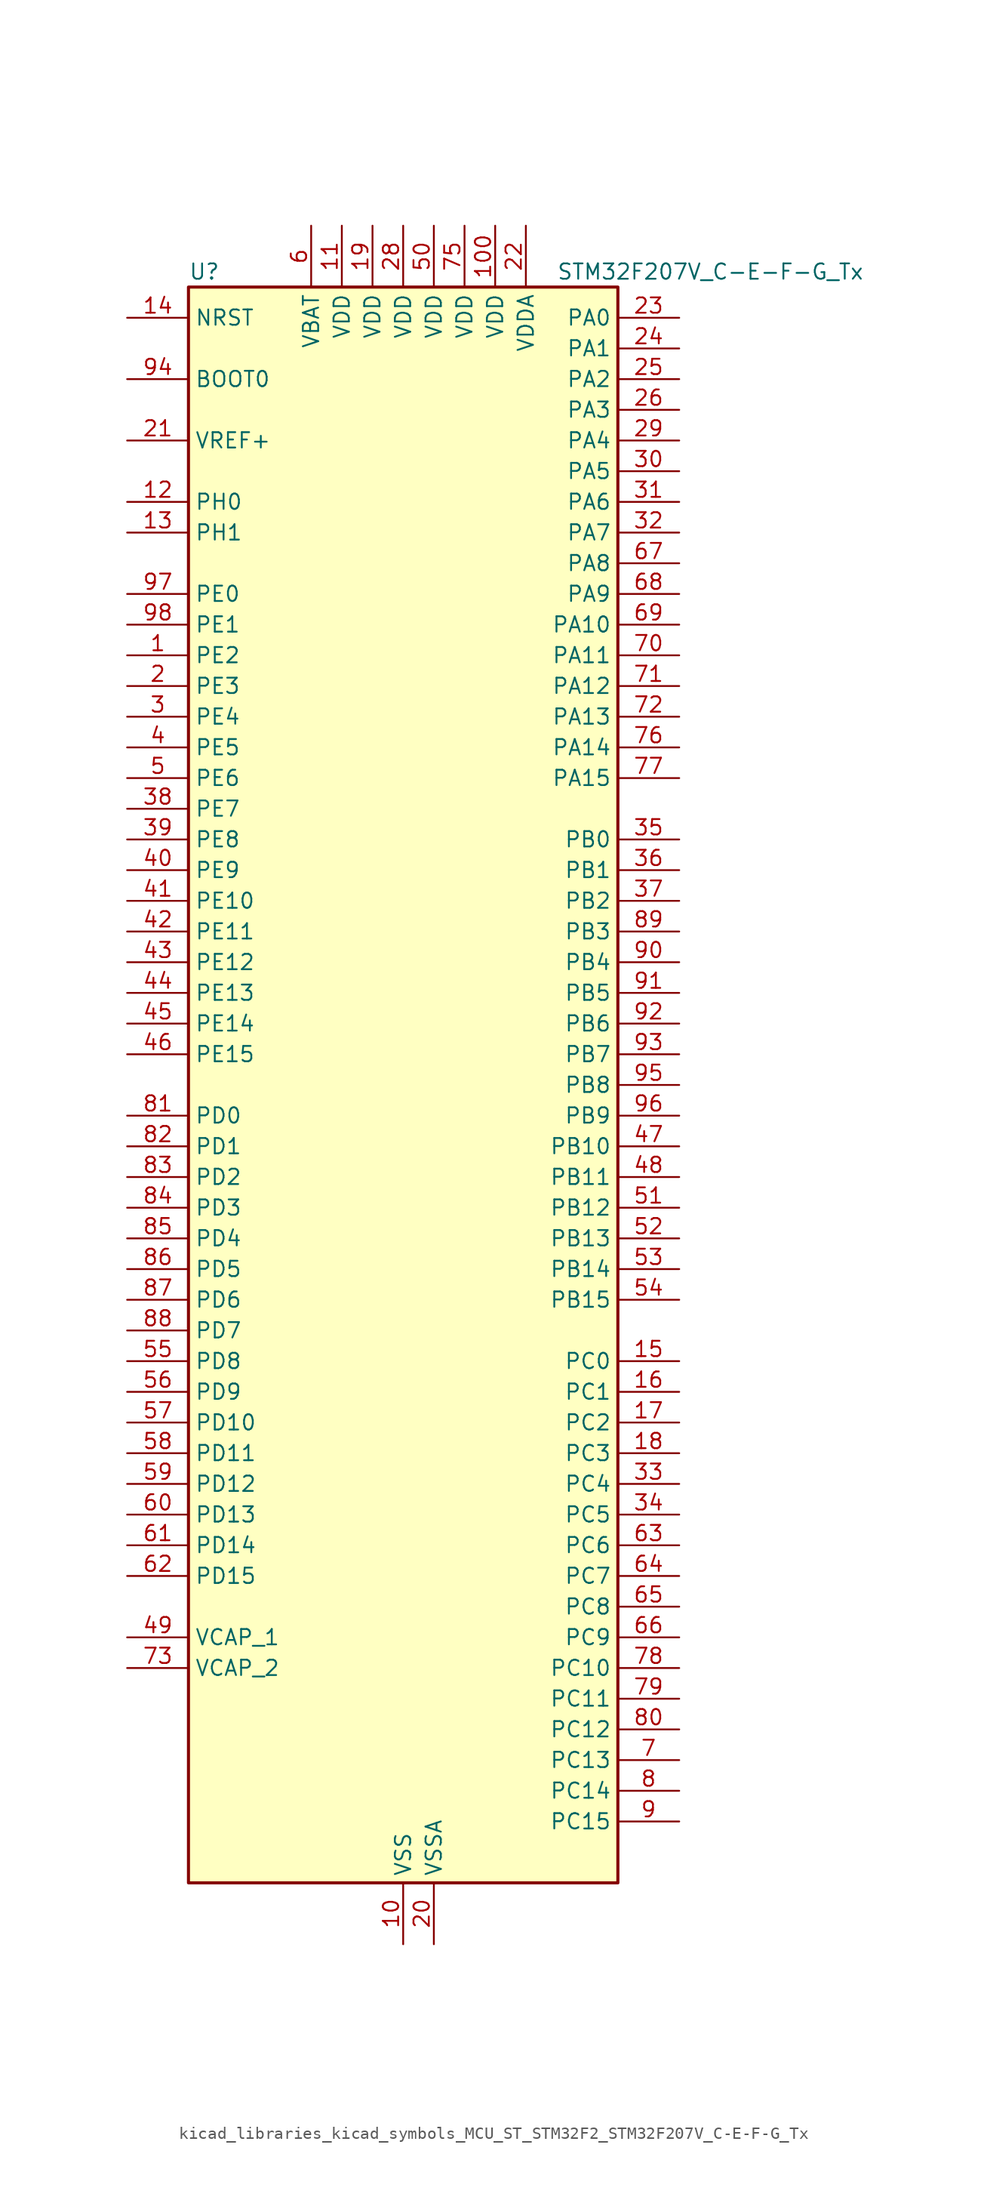
<source format=kicad_sym>
(kicad_symbol_lib
  (version 20220914)
  (generator kicad_symbol_editor)
  (symbol "kicad_libraries_kicad_symbols_MCU_ST_STM32F2_STM32F207V_C-E-F-G_Tx"
    (property "Reference" "U"
      (at -17.78 67.31 0)
      (effects (font (size 1.27 1.27)) (justify left)))
    (property "Value" "STM32F207V_C-E-F-G_Tx"
      (at 12.7 67.31 0)
      (effects (font (size 1.27 1.27)) (justify left)))
    (property "ki_locked" ""
      (at 0 0 0)
      (effects (font (size 1.27 1.27))))
    (symbol "kicad_libraries_kicad_symbols_MCU_ST_STM32F2_STM32F207V_C-E-F-G_Tx_0_1"
      (rectangle (start -17.78 -66.04) (end 17.78 66.04) (stroke (width 0.254) (type default)) (fill (type background))))
    (symbol "kicad_libraries_kicad_symbols_MCU_ST_STM32F2_STM32F207V_C-E-F-G_Tx_1_1"
      (pin bidirectional line (at -22.86 35.56 0) (length 5.08) (name "PE2" (effects (font (size 1.27 1.27)))) (number "1" (effects (font (size 1.27 1.27)))) (alternate "ETH_TXD3" bidirectional line) (alternate "FSMC_A23" bidirectional line) (alternate "SYS_TRACECLK" bidirectional line))
      (pin power_in line (at 0 -71.12 90) (length 5.08) (name "VSS" (effects (font (size 1.27 1.27)))) (number "10" (effects (font (size 1.27 1.27)))))
      (pin power_in line (at 7.62 71.12 270) (length 5.08) (name "VDD" (effects (font (size 1.27 1.27)))) (number "100" (effects (font (size 1.27 1.27)))))
      (pin power_in line (at -5.08 71.12 270) (length 5.08) (name "VDD" (effects (font (size 1.27 1.27)))) (number "11" (effects (font (size 1.27 1.27)))))
      (pin bidirectional line (at -22.86 48.26 0) (length 5.08) (name "PH0" (effects (font (size 1.27 1.27)))) (number "12" (effects (font (size 1.27 1.27)))) (alternate "RCC_OSC_IN" bidirectional line))
      (pin bidirectional line (at -22.86 45.72 0) (length 5.08) (name "PH1" (effects (font (size 1.27 1.27)))) (number "13" (effects (font (size 1.27 1.27)))) (alternate "RCC_OSC_OUT" bidirectional line))
      (pin input line (at -22.86 63.5 0) (length 5.08) (name "NRST" (effects (font (size 1.27 1.27)))) (number "14" (effects (font (size 1.27 1.27)))))
      (pin bidirectional line (at 22.86 -22.86 180) (length 5.08) (name "PC0" (effects (font (size 1.27 1.27)))) (number "15" (effects (font (size 1.27 1.27)))) (alternate "ADC1_IN10" bidirectional line) (alternate "ADC2_IN10" bidirectional line) (alternate "ADC3_IN10" bidirectional line) (alternate "USB_OTG_HS_ULPI_STP" bidirectional line))
      (pin bidirectional line (at 22.86 -25.4 180) (length 5.08) (name "PC1" (effects (font (size 1.27 1.27)))) (number "16" (effects (font (size 1.27 1.27)))) (alternate "ADC1_IN11" bidirectional line) (alternate "ADC2_IN11" bidirectional line) (alternate "ADC3_IN11" bidirectional line) (alternate "ETH_MDC" bidirectional line))
      (pin bidirectional line (at 22.86 -27.94 180) (length 5.08) (name "PC2" (effects (font (size 1.27 1.27)))) (number "17" (effects (font (size 1.27 1.27)))) (alternate "ADC1_IN12" bidirectional line) (alternate "ADC2_IN12" bidirectional line) (alternate "ADC3_IN12" bidirectional line) (alternate "ETH_TXD2" bidirectional line) (alternate "SPI2_MISO" bidirectional line) (alternate "USB_OTG_HS_ULPI_DIR" bidirectional line))
      (pin bidirectional line (at 22.86 -30.48 180) (length 5.08) (name "PC3" (effects (font (size 1.27 1.27)))) (number "18" (effects (font (size 1.27 1.27)))) (alternate "ADC1_IN13" bidirectional line) (alternate "ADC2_IN13" bidirectional line) (alternate "ADC3_IN13" bidirectional line) (alternate "ETH_TX_CLK" bidirectional line) (alternate "I2S2_SD" bidirectional line) (alternate "SPI2_MOSI" bidirectional line) (alternate "USB_OTG_HS_ULPI_NXT" bidirectional line))
      (pin power_in line (at -2.54 71.12 270) (length 5.08) (name "VDD" (effects (font (size 1.27 1.27)))) (number "19" (effects (font (size 1.27 1.27)))))
      (pin bidirectional line (at -22.86 33.02 0) (length 5.08) (name "PE3" (effects (font (size 1.27 1.27)))) (number "2" (effects (font (size 1.27 1.27)))) (alternate "FSMC_A19" bidirectional line) (alternate "SYS_TRACED0" bidirectional line))
      (pin power_in line (at 2.54 -71.12 90) (length 5.08) (name "VSSA" (effects (font (size 1.27 1.27)))) (number "20" (effects (font (size 1.27 1.27)))))
      (pin input line (at -22.86 53.34 0) (length 5.08) (name "VREF+" (effects (font (size 1.27 1.27)))) (number "21" (effects (font (size 1.27 1.27)))))
      (pin power_in line (at 10.16 71.12 270) (length 5.08) (name "VDDA" (effects (font (size 1.27 1.27)))) (number "22" (effects (font (size 1.27 1.27)))))
      (pin bidirectional line (at 22.86 63.5 180) (length 5.08) (name "PA0" (effects (font (size 1.27 1.27)))) (number "23" (effects (font (size 1.27 1.27)))) (alternate "ADC1_IN0" bidirectional line) (alternate "ADC2_IN0" bidirectional line) (alternate "ADC3_IN0" bidirectional line) (alternate "ETH_CRS" bidirectional line) (alternate "SYS_WKUP" bidirectional line) (alternate "TIM2_CH1" bidirectional line) (alternate "TIM2_ETR" bidirectional line) (alternate "TIM5_CH1" bidirectional line) (alternate "TIM8_ETR" bidirectional line) (alternate "UART4_TX" bidirectional line) (alternate "USART2_CTS" bidirectional line))
      (pin bidirectional line (at 22.86 60.96 180) (length 5.08) (name "PA1" (effects (font (size 1.27 1.27)))) (number "24" (effects (font (size 1.27 1.27)))) (alternate "ADC1_IN1" bidirectional line) (alternate "ADC2_IN1" bidirectional line) (alternate "ADC3_IN1" bidirectional line) (alternate "ETH_REF_CLK" bidirectional line) (alternate "ETH_RX_CLK" bidirectional line) (alternate "TIM2_CH2" bidirectional line) (alternate "TIM5_CH2" bidirectional line) (alternate "UART4_RX" bidirectional line) (alternate "USART2_RTS" bidirectional line))
      (pin bidirectional line (at 22.86 58.42 180) (length 5.08) (name "PA2" (effects (font (size 1.27 1.27)))) (number "25" (effects (font (size 1.27 1.27)))) (alternate "ADC1_IN2" bidirectional line) (alternate "ADC2_IN2" bidirectional line) (alternate "ADC3_IN2" bidirectional line) (alternate "ETH_MDIO" bidirectional line) (alternate "TIM2_CH3" bidirectional line) (alternate "TIM5_CH3" bidirectional line) (alternate "TIM9_CH1" bidirectional line) (alternate "USART2_TX" bidirectional line))
      (pin bidirectional line (at 22.86 55.88 180) (length 5.08) (name "PA3" (effects (font (size 1.27 1.27)))) (number "26" (effects (font (size 1.27 1.27)))) (alternate "ADC1_IN3" bidirectional line) (alternate "ADC2_IN3" bidirectional line) (alternate "ADC3_IN3" bidirectional line) (alternate "ETH_COL" bidirectional line) (alternate "TIM2_CH4" bidirectional line) (alternate "TIM5_CH4" bidirectional line) (alternate "TIM9_CH2" bidirectional line) (alternate "USART2_RX" bidirectional line) (alternate "USB_OTG_HS_ULPI_D0" bidirectional line))
      (pin passive line (at 0 -71.12 90) (length 5.08) hide (name "VSS" (effects (font (size 1.27 1.27)))) (number "27" (effects (font (size 1.27 1.27)))))
      (pin power_in line (at 0 71.12 270) (length 5.08) (name "VDD" (effects (font (size 1.27 1.27)))) (number "28" (effects (font (size 1.27 1.27)))))
      (pin bidirectional line (at 22.86 53.34 180) (length 5.08) (name "PA4" (effects (font (size 1.27 1.27)))) (number "29" (effects (font (size 1.27 1.27)))) (alternate "ADC1_IN4" bidirectional line) (alternate "ADC2_IN4" bidirectional line) (alternate "DAC_OUT1" bidirectional line) (alternate "DCMI_HSYNC" bidirectional line) (alternate "I2S3_WS" bidirectional line) (alternate "SPI1_NSS" bidirectional line) (alternate "SPI3_NSS" bidirectional line) (alternate "USART2_CK" bidirectional line) (alternate "USB_OTG_HS_SOF" bidirectional line))
      (pin bidirectional line (at -22.86 30.48 0) (length 5.08) (name "PE4" (effects (font (size 1.27 1.27)))) (number "3" (effects (font (size 1.27 1.27)))) (alternate "DCMI_D4" bidirectional line) (alternate "FSMC_A20" bidirectional line) (alternate "SYS_TRACED1" bidirectional line))
      (pin bidirectional line (at 22.86 50.8 180) (length 5.08) (name "PA5" (effects (font (size 1.27 1.27)))) (number "30" (effects (font (size 1.27 1.27)))) (alternate "ADC1_IN5" bidirectional line) (alternate "ADC2_IN5" bidirectional line) (alternate "DAC_OUT2" bidirectional line) (alternate "SPI1_SCK" bidirectional line) (alternate "TIM2_CH1" bidirectional line) (alternate "TIM2_ETR" bidirectional line) (alternate "TIM8_CH1N" bidirectional line) (alternate "USB_OTG_HS_ULPI_CK" bidirectional line))
      (pin bidirectional line (at 22.86 48.26 180) (length 5.08) (name "PA6" (effects (font (size 1.27 1.27)))) (number "31" (effects (font (size 1.27 1.27)))) (alternate "ADC1_IN6" bidirectional line) (alternate "ADC2_IN6" bidirectional line) (alternate "DCMI_PIXCLK" bidirectional line) (alternate "SPI1_MISO" bidirectional line) (alternate "TIM13_CH1" bidirectional line) (alternate "TIM1_BKIN" bidirectional line) (alternate "TIM3_CH1" bidirectional line) (alternate "TIM8_BKIN" bidirectional line))
      (pin bidirectional line (at 22.86 45.72 180) (length 5.08) (name "PA7" (effects (font (size 1.27 1.27)))) (number "32" (effects (font (size 1.27 1.27)))) (alternate "ADC1_IN7" bidirectional line) (alternate "ADC2_IN7" bidirectional line) (alternate "ETH_CRS_DV" bidirectional line) (alternate "ETH_RX_DV" bidirectional line) (alternate "SPI1_MOSI" bidirectional line) (alternate "TIM14_CH1" bidirectional line) (alternate "TIM1_CH1N" bidirectional line) (alternate "TIM3_CH2" bidirectional line) (alternate "TIM8_CH1N" bidirectional line))
      (pin bidirectional line (at 22.86 -33.02 180) (length 5.08) (name "PC4" (effects (font (size 1.27 1.27)))) (number "33" (effects (font (size 1.27 1.27)))) (alternate "ADC1_IN14" bidirectional line) (alternate "ADC2_IN14" bidirectional line) (alternate "ETH_RXD0" bidirectional line))
      (pin bidirectional line (at 22.86 -35.56 180) (length 5.08) (name "PC5" (effects (font (size 1.27 1.27)))) (number "34" (effects (font (size 1.27 1.27)))) (alternate "ADC1_IN15" bidirectional line) (alternate "ADC2_IN15" bidirectional line) (alternate "ETH_RXD1" bidirectional line))
      (pin bidirectional line (at 22.86 20.32 180) (length 5.08) (name "PB0" (effects (font (size 1.27 1.27)))) (number "35" (effects (font (size 1.27 1.27)))) (alternate "ADC1_IN8" bidirectional line) (alternate "ADC2_IN8" bidirectional line) (alternate "ETH_RXD2" bidirectional line) (alternate "TIM1_CH2N" bidirectional line) (alternate "TIM3_CH3" bidirectional line) (alternate "TIM8_CH2N" bidirectional line) (alternate "USB_OTG_HS_ULPI_D1" bidirectional line))
      (pin bidirectional line (at 22.86 17.78 180) (length 5.08) (name "PB1" (effects (font (size 1.27 1.27)))) (number "36" (effects (font (size 1.27 1.27)))) (alternate "ADC1_IN9" bidirectional line) (alternate "ADC2_IN9" bidirectional line) (alternate "ETH_RXD3" bidirectional line) (alternate "TIM1_CH3N" bidirectional line) (alternate "TIM3_CH4" bidirectional line) (alternate "TIM8_CH3N" bidirectional line) (alternate "USB_OTG_HS_ULPI_D2" bidirectional line))
      (pin bidirectional line (at 22.86 15.24 180) (length 5.08) (name "PB2" (effects (font (size 1.27 1.27)))) (number "37" (effects (font (size 1.27 1.27)))))
      (pin bidirectional line (at -22.86 22.86 0) (length 5.08) (name "PE7" (effects (font (size 1.27 1.27)))) (number "38" (effects (font (size 1.27 1.27)))) (alternate "FSMC_D4" bidirectional line) (alternate "FSMC_DA4" bidirectional line) (alternate "TIM1_ETR" bidirectional line))
      (pin bidirectional line (at -22.86 20.32 0) (length 5.08) (name "PE8" (effects (font (size 1.27 1.27)))) (number "39" (effects (font (size 1.27 1.27)))) (alternate "FSMC_D5" bidirectional line) (alternate "FSMC_DA5" bidirectional line) (alternate "TIM1_CH1N" bidirectional line))
      (pin bidirectional line (at -22.86 27.94 0) (length 5.08) (name "PE5" (effects (font (size 1.27 1.27)))) (number "4" (effects (font (size 1.27 1.27)))) (alternate "DCMI_D6" bidirectional line) (alternate "FSMC_A21" bidirectional line) (alternate "SYS_TRACED2" bidirectional line) (alternate "TIM9_CH1" bidirectional line))
      (pin bidirectional line (at -22.86 17.78 0) (length 5.08) (name "PE9" (effects (font (size 1.27 1.27)))) (number "40" (effects (font (size 1.27 1.27)))) (alternate "DAC_EXTI9" bidirectional line) (alternate "FSMC_D6" bidirectional line) (alternate "FSMC_DA6" bidirectional line) (alternate "TIM1_CH1" bidirectional line))
      (pin bidirectional line (at -22.86 15.24 0) (length 5.08) (name "PE10" (effects (font (size 1.27 1.27)))) (number "41" (effects (font (size 1.27 1.27)))) (alternate "FSMC_D7" bidirectional line) (alternate "FSMC_DA7" bidirectional line) (alternate "TIM1_CH2N" bidirectional line))
      (pin bidirectional line (at -22.86 12.7 0) (length 5.08) (name "PE11" (effects (font (size 1.27 1.27)))) (number "42" (effects (font (size 1.27 1.27)))) (alternate "ADC1_EXTI11" bidirectional line) (alternate "ADC2_EXTI11" bidirectional line) (alternate "ADC3_EXTI11" bidirectional line) (alternate "FSMC_D8" bidirectional line) (alternate "FSMC_DA8" bidirectional line) (alternate "TIM1_CH2" bidirectional line))
      (pin bidirectional line (at -22.86 10.16 0) (length 5.08) (name "PE12" (effects (font (size 1.27 1.27)))) (number "43" (effects (font (size 1.27 1.27)))) (alternate "FSMC_D9" bidirectional line) (alternate "FSMC_DA9" bidirectional line) (alternate "TIM1_CH3N" bidirectional line))
      (pin bidirectional line (at -22.86 7.62 0) (length 5.08) (name "PE13" (effects (font (size 1.27 1.27)))) (number "44" (effects (font (size 1.27 1.27)))) (alternate "FSMC_D10" bidirectional line) (alternate "FSMC_DA10" bidirectional line) (alternate "TIM1_CH3" bidirectional line))
      (pin bidirectional line (at -22.86 5.08 0) (length 5.08) (name "PE14" (effects (font (size 1.27 1.27)))) (number "45" (effects (font (size 1.27 1.27)))) (alternate "FSMC_D11" bidirectional line) (alternate "FSMC_DA11" bidirectional line) (alternate "TIM1_CH4" bidirectional line))
      (pin bidirectional line (at -22.86 2.54 0) (length 5.08) (name "PE15" (effects (font (size 1.27 1.27)))) (number "46" (effects (font (size 1.27 1.27)))) (alternate "ADC1_EXTI15" bidirectional line) (alternate "ADC2_EXTI15" bidirectional line) (alternate "ADC3_EXTI15" bidirectional line) (alternate "FSMC_D12" bidirectional line) (alternate "FSMC_DA12" bidirectional line) (alternate "TIM1_BKIN" bidirectional line))
      (pin bidirectional line (at 22.86 -5.08 180) (length 5.08) (name "PB10" (effects (font (size 1.27 1.27)))) (number "47" (effects (font (size 1.27 1.27)))) (alternate "ETH_RX_ER" bidirectional line) (alternate "I2C2_SCL" bidirectional line) (alternate "I2S2_SCK" bidirectional line) (alternate "SPI2_SCK" bidirectional line) (alternate "TIM2_CH3" bidirectional line) (alternate "USART3_TX" bidirectional line) (alternate "USB_OTG_HS_ULPI_D3" bidirectional line))
      (pin bidirectional line (at 22.86 -7.62 180) (length 5.08) (name "PB11" (effects (font (size 1.27 1.27)))) (number "48" (effects (font (size 1.27 1.27)))) (alternate "ADC1_EXTI11" bidirectional line) (alternate "ADC2_EXTI11" bidirectional line) (alternate "ADC3_EXTI11" bidirectional line) (alternate "ETH_TX_EN" bidirectional line) (alternate "I2C2_SDA" bidirectional line) (alternate "TIM2_CH4" bidirectional line) (alternate "USART3_RX" bidirectional line) (alternate "USB_OTG_HS_ULPI_D4" bidirectional line))
      (pin power_out line (at -22.86 -45.72 0) (length 5.08) (name "VCAP_1" (effects (font (size 1.27 1.27)))) (number "49" (effects (font (size 1.27 1.27)))))
      (pin bidirectional line (at -22.86 25.4 0) (length 5.08) (name "PE6" (effects (font (size 1.27 1.27)))) (number "5" (effects (font (size 1.27 1.27)))) (alternate "DCMI_D7" bidirectional line) (alternate "FSMC_A22" bidirectional line) (alternate "SYS_TRACED3" bidirectional line) (alternate "TIM9_CH2" bidirectional line))
      (pin power_in line (at 2.54 71.12 270) (length 5.08) (name "VDD" (effects (font (size 1.27 1.27)))) (number "50" (effects (font (size 1.27 1.27)))))
      (pin bidirectional line (at 22.86 -10.16 180) (length 5.08) (name "PB12" (effects (font (size 1.27 1.27)))) (number "51" (effects (font (size 1.27 1.27)))) (alternate "CAN2_RX" bidirectional line) (alternate "ETH_TXD0" bidirectional line) (alternate "I2C2_SMBA" bidirectional line) (alternate "I2S2_WS" bidirectional line) (alternate "SPI2_NSS" bidirectional line) (alternate "TIM1_BKIN" bidirectional line) (alternate "USART3_CK" bidirectional line) (alternate "USB_OTG_HS_ID" bidirectional line) (alternate "USB_OTG_HS_ULPI_D5" bidirectional line))
      (pin bidirectional line (at 22.86 -12.7 180) (length 5.08) (name "PB13" (effects (font (size 1.27 1.27)))) (number "52" (effects (font (size 1.27 1.27)))) (alternate "CAN2_TX" bidirectional line) (alternate "ETH_TXD1" bidirectional line) (alternate "I2S2_SCK" bidirectional line) (alternate "SPI2_SCK" bidirectional line) (alternate "TIM1_CH1N" bidirectional line) (alternate "USART3_CTS" bidirectional line) (alternate "USB_OTG_HS_ULPI_D6" bidirectional line) (alternate "USB_OTG_HS_VBUS" bidirectional line))
      (pin bidirectional line (at 22.86 -15.24 180) (length 5.08) (name "PB14" (effects (font (size 1.27 1.27)))) (number "53" (effects (font (size 1.27 1.27)))) (alternate "SPI2_MISO" bidirectional line) (alternate "TIM12_CH1" bidirectional line) (alternate "TIM1_CH2N" bidirectional line) (alternate "TIM8_CH2N" bidirectional line) (alternate "USART3_RTS" bidirectional line) (alternate "USB_OTG_HS_DM" bidirectional line))
      (pin bidirectional line (at 22.86 -17.78 180) (length 5.08) (name "PB15" (effects (font (size 1.27 1.27)))) (number "54" (effects (font (size 1.27 1.27)))) (alternate "ADC1_EXTI15" bidirectional line) (alternate "ADC2_EXTI15" bidirectional line) (alternate "ADC3_EXTI15" bidirectional line) (alternate "I2S2_SD" bidirectional line) (alternate "RTC_REFIN" bidirectional line) (alternate "SPI2_MOSI" bidirectional line) (alternate "TIM12_CH2" bidirectional line) (alternate "TIM1_CH3N" bidirectional line) (alternate "TIM8_CH3N" bidirectional line) (alternate "USB_OTG_HS_DP" bidirectional line))
      (pin bidirectional line (at -22.86 -22.86 0) (length 5.08) (name "PD8" (effects (font (size 1.27 1.27)))) (number "55" (effects (font (size 1.27 1.27)))) (alternate "FSMC_D13" bidirectional line) (alternate "FSMC_DA13" bidirectional line) (alternate "USART3_TX" bidirectional line))
      (pin bidirectional line (at -22.86 -25.4 0) (length 5.08) (name "PD9" (effects (font (size 1.27 1.27)))) (number "56" (effects (font (size 1.27 1.27)))) (alternate "DAC_EXTI9" bidirectional line) (alternate "FSMC_D14" bidirectional line) (alternate "FSMC_DA14" bidirectional line) (alternate "USART3_RX" bidirectional line))
      (pin bidirectional line (at -22.86 -27.94 0) (length 5.08) (name "PD10" (effects (font (size 1.27 1.27)))) (number "57" (effects (font (size 1.27 1.27)))) (alternate "FSMC_D15" bidirectional line) (alternate "FSMC_DA15" bidirectional line) (alternate "USART3_CK" bidirectional line))
      (pin bidirectional line (at -22.86 -30.48 0) (length 5.08) (name "PD11" (effects (font (size 1.27 1.27)))) (number "58" (effects (font (size 1.27 1.27)))) (alternate "ADC1_EXTI11" bidirectional line) (alternate "ADC2_EXTI11" bidirectional line) (alternate "ADC3_EXTI11" bidirectional line) (alternate "FSMC_A16" bidirectional line) (alternate "FSMC_CLE" bidirectional line) (alternate "USART3_CTS" bidirectional line))
      (pin bidirectional line (at -22.86 -33.02 0) (length 5.08) (name "PD12" (effects (font (size 1.27 1.27)))) (number "59" (effects (font (size 1.27 1.27)))) (alternate "FSMC_A17" bidirectional line) (alternate "FSMC_ALE" bidirectional line) (alternate "TIM4_CH1" bidirectional line) (alternate "USART3_RTS" bidirectional line))
      (pin power_in line (at -7.62 71.12 270) (length 5.08) (name "VBAT" (effects (font (size 1.27 1.27)))) (number "6" (effects (font (size 1.27 1.27)))))
      (pin bidirectional line (at -22.86 -35.56 0) (length 5.08) (name "PD13" (effects (font (size 1.27 1.27)))) (number "60" (effects (font (size 1.27 1.27)))) (alternate "FSMC_A18" bidirectional line) (alternate "TIM4_CH2" bidirectional line))
      (pin bidirectional line (at -22.86 -38.1 0) (length 5.08) (name "PD14" (effects (font (size 1.27 1.27)))) (number "61" (effects (font (size 1.27 1.27)))) (alternate "FSMC_D0" bidirectional line) (alternate "FSMC_DA0" bidirectional line) (alternate "TIM4_CH3" bidirectional line))
      (pin bidirectional line (at -22.86 -40.64 0) (length 5.08) (name "PD15" (effects (font (size 1.27 1.27)))) (number "62" (effects (font (size 1.27 1.27)))) (alternate "ADC1_EXTI15" bidirectional line) (alternate "ADC2_EXTI15" bidirectional line) (alternate "ADC3_EXTI15" bidirectional line) (alternate "FSMC_D1" bidirectional line) (alternate "FSMC_DA1" bidirectional line) (alternate "TIM4_CH4" bidirectional line))
      (pin bidirectional line (at 22.86 -38.1 180) (length 5.08) (name "PC6" (effects (font (size 1.27 1.27)))) (number "63" (effects (font (size 1.27 1.27)))) (alternate "DCMI_D0" bidirectional line) (alternate "I2S2_MCK" bidirectional line) (alternate "SDIO_D6" bidirectional line) (alternate "TIM3_CH1" bidirectional line) (alternate "TIM8_CH1" bidirectional line) (alternate "USART6_TX" bidirectional line))
      (pin bidirectional line (at 22.86 -40.64 180) (length 5.08) (name "PC7" (effects (font (size 1.27 1.27)))) (number "64" (effects (font (size 1.27 1.27)))) (alternate "DCMI_D1" bidirectional line) (alternate "I2S3_MCK" bidirectional line) (alternate "SDIO_D7" bidirectional line) (alternate "TIM3_CH2" bidirectional line) (alternate "TIM8_CH2" bidirectional line) (alternate "USART6_RX" bidirectional line))
      (pin bidirectional line (at 22.86 -43.18 180) (length 5.08) (name "PC8" (effects (font (size 1.27 1.27)))) (number "65" (effects (font (size 1.27 1.27)))) (alternate "DCMI_D2" bidirectional line) (alternate "SDIO_D0" bidirectional line) (alternate "TIM3_CH3" bidirectional line) (alternate "TIM8_CH3" bidirectional line) (alternate "USART6_CK" bidirectional line))
      (pin bidirectional line (at 22.86 -45.72 180) (length 5.08) (name "PC9" (effects (font (size 1.27 1.27)))) (number "66" (effects (font (size 1.27 1.27)))) (alternate "DAC_EXTI9" bidirectional line) (alternate "DCMI_D3" bidirectional line) (alternate "I2C3_SDA" bidirectional line) (alternate "I2S_CKIN" bidirectional line) (alternate "RCC_MCO_2" bidirectional line) (alternate "SDIO_D1" bidirectional line) (alternate "TIM3_CH4" bidirectional line) (alternate "TIM8_CH4" bidirectional line))
      (pin bidirectional line (at 22.86 43.18 180) (length 5.08) (name "PA8" (effects (font (size 1.27 1.27)))) (number "67" (effects (font (size 1.27 1.27)))) (alternate "I2C3_SCL" bidirectional line) (alternate "RCC_MCO_1" bidirectional line) (alternate "TIM1_CH1" bidirectional line) (alternate "USART1_CK" bidirectional line) (alternate "USB_OTG_FS_SOF" bidirectional line))
      (pin bidirectional line (at 22.86 40.64 180) (length 5.08) (name "PA9" (effects (font (size 1.27 1.27)))) (number "68" (effects (font (size 1.27 1.27)))) (alternate "DAC_EXTI9" bidirectional line) (alternate "DCMI_D0" bidirectional line) (alternate "I2C3_SMBA" bidirectional line) (alternate "TIM1_CH2" bidirectional line) (alternate "USART1_TX" bidirectional line) (alternate "USB_OTG_FS_VBUS" bidirectional line))
      (pin bidirectional line (at 22.86 38.1 180) (length 5.08) (name "PA10" (effects (font (size 1.27 1.27)))) (number "69" (effects (font (size 1.27 1.27)))) (alternate "DCMI_D1" bidirectional line) (alternate "TIM1_CH3" bidirectional line) (alternate "USART1_RX" bidirectional line) (alternate "USB_OTG_FS_ID" bidirectional line))
      (pin bidirectional line (at 22.86 -55.88 180) (length 5.08) (name "PC13" (effects (font (size 1.27 1.27)))) (number "7" (effects (font (size 1.27 1.27)))) (alternate "RTC_AF1" bidirectional line))
      (pin bidirectional line (at 22.86 35.56 180) (length 5.08) (name "PA11" (effects (font (size 1.27 1.27)))) (number "70" (effects (font (size 1.27 1.27)))) (alternate "ADC1_EXTI11" bidirectional line) (alternate "ADC2_EXTI11" bidirectional line) (alternate "ADC3_EXTI11" bidirectional line) (alternate "CAN1_RX" bidirectional line) (alternate "TIM1_CH4" bidirectional line) (alternate "USART1_CTS" bidirectional line) (alternate "USB_OTG_FS_DM" bidirectional line))
      (pin bidirectional line (at 22.86 33.02 180) (length 5.08) (name "PA12" (effects (font (size 1.27 1.27)))) (number "71" (effects (font (size 1.27 1.27)))) (alternate "CAN1_TX" bidirectional line) (alternate "TIM1_ETR" bidirectional line) (alternate "USART1_RTS" bidirectional line) (alternate "USB_OTG_FS_DP" bidirectional line))
      (pin bidirectional line (at 22.86 30.48 180) (length 5.08) (name "PA13" (effects (font (size 1.27 1.27)))) (number "72" (effects (font (size 1.27 1.27)))) (alternate "SYS_JTMS-SWDIO" bidirectional line))
      (pin power_out line (at -22.86 -48.26 0) (length 5.08) (name "VCAP_2" (effects (font (size 1.27 1.27)))) (number "73" (effects (font (size 1.27 1.27)))))
      (pin passive line (at 0 -71.12 90) (length 5.08) hide (name "VSS" (effects (font (size 1.27 1.27)))) (number "74" (effects (font (size 1.27 1.27)))))
      (pin power_in line (at 5.08 71.12 270) (length 5.08) (name "VDD" (effects (font (size 1.27 1.27)))) (number "75" (effects (font (size 1.27 1.27)))))
      (pin bidirectional line (at 22.86 27.94 180) (length 5.08) (name "PA14" (effects (font (size 1.27 1.27)))) (number "76" (effects (font (size 1.27 1.27)))) (alternate "SYS_JTCK-SWCLK" bidirectional line))
      (pin bidirectional line (at 22.86 25.4 180) (length 5.08) (name "PA15" (effects (font (size 1.27 1.27)))) (number "77" (effects (font (size 1.27 1.27)))) (alternate "ADC1_EXTI15" bidirectional line) (alternate "ADC2_EXTI15" bidirectional line) (alternate "ADC3_EXTI15" bidirectional line) (alternate "I2S3_WS" bidirectional line) (alternate "SPI1_NSS" bidirectional line) (alternate "SPI3_NSS" bidirectional line) (alternate "SYS_JTDI" bidirectional line) (alternate "TIM2_CH1" bidirectional line) (alternate "TIM2_ETR" bidirectional line))
      (pin bidirectional line (at 22.86 -48.26 180) (length 5.08) (name "PC10" (effects (font (size 1.27 1.27)))) (number "78" (effects (font (size 1.27 1.27)))) (alternate "DCMI_D8" bidirectional line) (alternate "I2S3_SCK" bidirectional line) (alternate "SDIO_D2" bidirectional line) (alternate "SPI3_SCK" bidirectional line) (alternate "UART4_TX" bidirectional line) (alternate "USART3_TX" bidirectional line))
      (pin bidirectional line (at 22.86 -50.8 180) (length 5.08) (name "PC11" (effects (font (size 1.27 1.27)))) (number "79" (effects (font (size 1.27 1.27)))) (alternate "ADC1_EXTI11" bidirectional line) (alternate "ADC2_EXTI11" bidirectional line) (alternate "ADC3_EXTI11" bidirectional line) (alternate "DCMI_D4" bidirectional line) (alternate "SDIO_D3" bidirectional line) (alternate "SPI3_MISO" bidirectional line) (alternate "UART4_RX" bidirectional line) (alternate "USART3_RX" bidirectional line))
      (pin bidirectional line (at 22.86 -58.42 180) (length 5.08) (name "PC14" (effects (font (size 1.27 1.27)))) (number "8" (effects (font (size 1.27 1.27)))) (alternate "RCC_OSC32_IN" bidirectional line))
      (pin bidirectional line (at 22.86 -53.34 180) (length 5.08) (name "PC12" (effects (font (size 1.27 1.27)))) (number "80" (effects (font (size 1.27 1.27)))) (alternate "DCMI_D9" bidirectional line) (alternate "I2S3_SD" bidirectional line) (alternate "SDIO_CK" bidirectional line) (alternate "SPI3_MOSI" bidirectional line) (alternate "UART5_TX" bidirectional line) (alternate "USART3_CK" bidirectional line))
      (pin bidirectional line (at -22.86 -2.54 0) (length 5.08) (name "PD0" (effects (font (size 1.27 1.27)))) (number "81" (effects (font (size 1.27 1.27)))) (alternate "CAN1_RX" bidirectional line) (alternate "FSMC_D2" bidirectional line) (alternate "FSMC_DA2" bidirectional line))
      (pin bidirectional line (at -22.86 -5.08 0) (length 5.08) (name "PD1" (effects (font (size 1.27 1.27)))) (number "82" (effects (font (size 1.27 1.27)))) (alternate "CAN1_TX" bidirectional line) (alternate "FSMC_D3" bidirectional line) (alternate "FSMC_DA3" bidirectional line))
      (pin bidirectional line (at -22.86 -7.62 0) (length 5.08) (name "PD2" (effects (font (size 1.27 1.27)))) (number "83" (effects (font (size 1.27 1.27)))) (alternate "DCMI_D11" bidirectional line) (alternate "SDIO_CMD" bidirectional line) (alternate "TIM3_ETR" bidirectional line) (alternate "UART5_RX" bidirectional line))
      (pin bidirectional line (at -22.86 -10.16 0) (length 5.08) (name "PD3" (effects (font (size 1.27 1.27)))) (number "84" (effects (font (size 1.27 1.27)))) (alternate "FSMC_CLK" bidirectional line) (alternate "USART2_CTS" bidirectional line))
      (pin bidirectional line (at -22.86 -12.7 0) (length 5.08) (name "PD4" (effects (font (size 1.27 1.27)))) (number "85" (effects (font (size 1.27 1.27)))) (alternate "FSMC_NOE" bidirectional line) (alternate "USART2_RTS" bidirectional line))
      (pin bidirectional line (at -22.86 -15.24 0) (length 5.08) (name "PD5" (effects (font (size 1.27 1.27)))) (number "86" (effects (font (size 1.27 1.27)))) (alternate "FSMC_NWE" bidirectional line) (alternate "USART2_TX" bidirectional line))
      (pin bidirectional line (at -22.86 -17.78 0) (length 5.08) (name "PD6" (effects (font (size 1.27 1.27)))) (number "87" (effects (font (size 1.27 1.27)))) (alternate "FSMC_NWAIT" bidirectional line) (alternate "USART2_RX" bidirectional line))
      (pin bidirectional line (at -22.86 -20.32 0) (length 5.08) (name "PD7" (effects (font (size 1.27 1.27)))) (number "88" (effects (font (size 1.27 1.27)))) (alternate "FSMC_NCE2" bidirectional line) (alternate "FSMC_NE1" bidirectional line) (alternate "USART2_CK" bidirectional line))
      (pin bidirectional line (at 22.86 12.7 180) (length 5.08) (name "PB3" (effects (font (size 1.27 1.27)))) (number "89" (effects (font (size 1.27 1.27)))) (alternate "I2S3_SCK" bidirectional line) (alternate "SPI1_SCK" bidirectional line) (alternate "SPI3_SCK" bidirectional line) (alternate "SYS_JTDO-SWO" bidirectional line) (alternate "TIM2_CH2" bidirectional line))
      (pin bidirectional line (at 22.86 -60.96 180) (length 5.08) (name "PC15" (effects (font (size 1.27 1.27)))) (number "9" (effects (font (size 1.27 1.27)))) (alternate "ADC1_EXTI15" bidirectional line) (alternate "ADC2_EXTI15" bidirectional line) (alternate "ADC3_EXTI15" bidirectional line) (alternate "RCC_OSC32_OUT" bidirectional line))
      (pin bidirectional line (at 22.86 10.16 180) (length 5.08) (name "PB4" (effects (font (size 1.27 1.27)))) (number "90" (effects (font (size 1.27 1.27)))) (alternate "SPI1_MISO" bidirectional line) (alternate "SPI3_MISO" bidirectional line) (alternate "SYS_JTRST" bidirectional line) (alternate "TIM3_CH1" bidirectional line))
      (pin bidirectional line (at 22.86 7.62 180) (length 5.08) (name "PB5" (effects (font (size 1.27 1.27)))) (number "91" (effects (font (size 1.27 1.27)))) (alternate "CAN2_RX" bidirectional line) (alternate "DCMI_D10" bidirectional line) (alternate "ETH_PPS_OUT" bidirectional line) (alternate "I2C1_SMBA" bidirectional line) (alternate "I2S3_SD" bidirectional line) (alternate "SPI1_MOSI" bidirectional line) (alternate "SPI3_MOSI" bidirectional line) (alternate "TIM3_CH2" bidirectional line) (alternate "USB_OTG_HS_ULPI_D7" bidirectional line))
      (pin bidirectional line (at 22.86 5.08 180) (length 5.08) (name "PB6" (effects (font (size 1.27 1.27)))) (number "92" (effects (font (size 1.27 1.27)))) (alternate "CAN2_TX" bidirectional line) (alternate "DCMI_D5" bidirectional line) (alternate "I2C1_SCL" bidirectional line) (alternate "TIM4_CH1" bidirectional line) (alternate "USART1_TX" bidirectional line))
      (pin bidirectional line (at 22.86 2.54 180) (length 5.08) (name "PB7" (effects (font (size 1.27 1.27)))) (number "93" (effects (font (size 1.27 1.27)))) (alternate "DCMI_VSYNC" bidirectional line) (alternate "FSMC_NL" bidirectional line) (alternate "I2C1_SDA" bidirectional line) (alternate "TIM4_CH2" bidirectional line) (alternate "USART1_RX" bidirectional line))
      (pin input line (at -22.86 58.42 0) (length 5.08) (name "BOOT0" (effects (font (size 1.27 1.27)))) (number "94" (effects (font (size 1.27 1.27)))))
      (pin bidirectional line (at 22.86 0 180) (length 5.08) (name "PB8" (effects (font (size 1.27 1.27)))) (number "95" (effects (font (size 1.27 1.27)))) (alternate "CAN1_RX" bidirectional line) (alternate "DCMI_D6" bidirectional line) (alternate "ETH_TXD3" bidirectional line) (alternate "I2C1_SCL" bidirectional line) (alternate "SDIO_D4" bidirectional line) (alternate "TIM10_CH1" bidirectional line) (alternate "TIM4_CH3" bidirectional line))
      (pin bidirectional line (at 22.86 -2.54 180) (length 5.08) (name "PB9" (effects (font (size 1.27 1.27)))) (number "96" (effects (font (size 1.27 1.27)))) (alternate "CAN1_TX" bidirectional line) (alternate "DAC_EXTI9" bidirectional line) (alternate "DCMI_D7" bidirectional line) (alternate "I2C1_SDA" bidirectional line) (alternate "I2S2_WS" bidirectional line) (alternate "SDIO_D5" bidirectional line) (alternate "SPI2_NSS" bidirectional line) (alternate "TIM11_CH1" bidirectional line) (alternate "TIM4_CH4" bidirectional line))
      (pin bidirectional line (at -22.86 40.64 0) (length 5.08) (name "PE0" (effects (font (size 1.27 1.27)))) (number "97" (effects (font (size 1.27 1.27)))) (alternate "DCMI_D2" bidirectional line) (alternate "FSMC_NBL0" bidirectional line) (alternate "TIM4_ETR" bidirectional line))
      (pin bidirectional line (at -22.86 38.1 0) (length 5.08) (name "PE1" (effects (font (size 1.27 1.27)))) (number "98" (effects (font (size 1.27 1.27)))) (alternate "DCMI_D3" bidirectional line) (alternate "FSMC_NBL1" bidirectional line))
      (pin no_connect line (at -17.78 -66.04 0) (length 5.08) hide (name "RFU" (effects (font (size 1.27 1.27)))) (number "99" (effects (font (size 1.27 1.27))))))))
</source>
